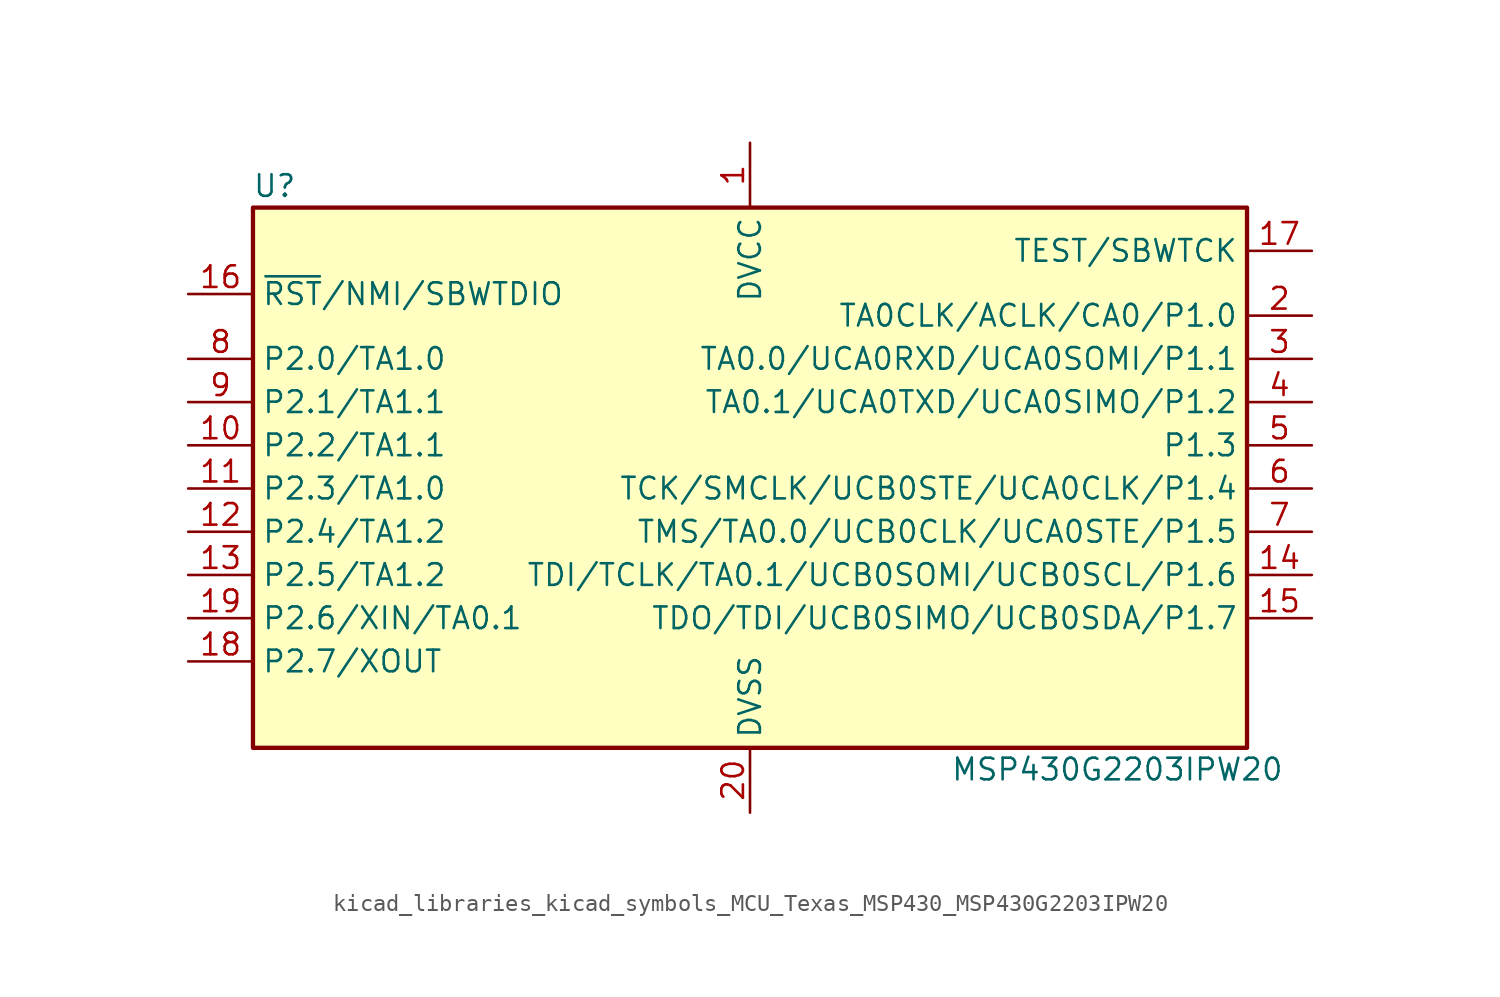
<source format=kicad_sym>
(kicad_symbol_lib
  (version 20220914)
  (generator kicad_symbol_editor)
  (symbol "kicad_libraries_kicad_symbols_MCU_Texas_MSP430_MSP430G2203IPW20"
    (property "Reference" "U"
      (at -27.94 17.78 0)
      (effects (font (size 1.27 1.27))))
    (property "Value" "MSP430G2203IPW20"
      (at 21.59 -16.51 0)
      (effects (font (size 1.27 1.27))))
    (symbol "kicad_libraries_kicad_symbols_MCU_Texas_MSP430_MSP430G2203IPW20_0_1"
      (rectangle (start -29.21 16.51) (end 29.21 -15.24) (stroke (width 0.254) (type default)) (fill (type background))))
    (symbol "kicad_libraries_kicad_symbols_MCU_Texas_MSP430_MSP430G2203IPW20_1_1"
      (pin power_in line (at 0 20.32 270) (length 3.81) (name "DVCC" (effects (font (size 1.27 1.27)))) (number "1" (effects (font (size 1.27 1.27)))))
      (pin bidirectional line (at -33.02 2.54 0) (length 3.81) (name "P2.2/TA1.1" (effects (font (size 1.27 1.27)))) (number "10" (effects (font (size 1.27 1.27)))))
      (pin bidirectional line (at -33.02 0 0) (length 3.81) (name "P2.3/TA1.0" (effects (font (size 1.27 1.27)))) (number "11" (effects (font (size 1.27 1.27)))))
      (pin bidirectional line (at -33.02 -2.54 0) (length 3.81) (name "P2.4/TA1.2" (effects (font (size 1.27 1.27)))) (number "12" (effects (font (size 1.27 1.27)))))
      (pin bidirectional line (at -33.02 -5.08 0) (length 3.81) (name "P2.5/TA1.2" (effects (font (size 1.27 1.27)))) (number "13" (effects (font (size 1.27 1.27)))))
      (pin bidirectional line (at 33.02 -5.08 180) (length 3.81) (name "TDI/TCLK/TA0.1/UCB0SOMI/UCB0SCL/P1.6" (effects (font (size 1.27 1.27)))) (number "14" (effects (font (size 1.27 1.27)))))
      (pin bidirectional line (at 33.02 -7.62 180) (length 3.81) (name "TDO/TDI/UCB0SIMO/UCB0SDA/P1.7" (effects (font (size 1.27 1.27)))) (number "15" (effects (font (size 1.27 1.27)))))
      (pin input line (at -33.02 11.43 0) (length 3.81) (name "~{RST}/NMI/SBWTDIO" (effects (font (size 1.27 1.27)))) (number "16" (effects (font (size 1.27 1.27)))))
      (pin input line (at 33.02 13.97 180) (length 3.81) (name "TEST/SBWTCK" (effects (font (size 1.27 1.27)))) (number "17" (effects (font (size 1.27 1.27)))))
      (pin bidirectional line (at -33.02 -10.16 0) (length 3.81) (name "P2.7/XOUT" (effects (font (size 1.27 1.27)))) (number "18" (effects (font (size 1.27 1.27)))))
      (pin bidirectional line (at -33.02 -7.62 0) (length 3.81) (name "P2.6/XIN/TA0.1" (effects (font (size 1.27 1.27)))) (number "19" (effects (font (size 1.27 1.27)))))
      (pin bidirectional line (at 33.02 10.16 180) (length 3.81) (name "TA0CLK/ACLK/CA0/P1.0" (effects (font (size 1.27 1.27)))) (number "2" (effects (font (size 1.27 1.27)))))
      (pin power_in line (at 0 -19.05 90) (length 3.81) (name "DVSS" (effects (font (size 1.27 1.27)))) (number "20" (effects (font (size 1.27 1.27)))))
      (pin bidirectional line (at 33.02 7.62 180) (length 3.81) (name "TA0.0/UCA0RXD/UCA0SOMI/P1.1" (effects (font (size 1.27 1.27)))) (number "3" (effects (font (size 1.27 1.27)))))
      (pin bidirectional line (at 33.02 5.08 180) (length 3.81) (name "TA0.1/UCA0TXD/UCA0SIMO/P1.2" (effects (font (size 1.27 1.27)))) (number "4" (effects (font (size 1.27 1.27)))))
      (pin bidirectional line (at 33.02 2.54 180) (length 3.81) (name "P1.3" (effects (font (size 1.27 1.27)))) (number "5" (effects (font (size 1.27 1.27)))))
      (pin bidirectional line (at 33.02 0 180) (length 3.81) (name "TCK/SMCLK/UCB0STE/UCA0CLK/P1.4" (effects (font (size 1.27 1.27)))) (number "6" (effects (font (size 1.27 1.27)))))
      (pin bidirectional line (at 33.02 -2.54 180) (length 3.81) (name "TMS/TA0.0/UCB0CLK/UCA0STE/P1.5" (effects (font (size 1.27 1.27)))) (number "7" (effects (font (size 1.27 1.27)))))
      (pin bidirectional line (at -33.02 7.62 0) (length 3.81) (name "P2.0/TA1.0" (effects (font (size 1.27 1.27)))) (number "8" (effects (font (size 1.27 1.27)))))
      (pin bidirectional line (at -33.02 5.08 0) (length 3.81) (name "P2.1/TA1.1" (effects (font (size 1.27 1.27)))) (number "9" (effects (font (size 1.27 1.27))))))))
</source>
